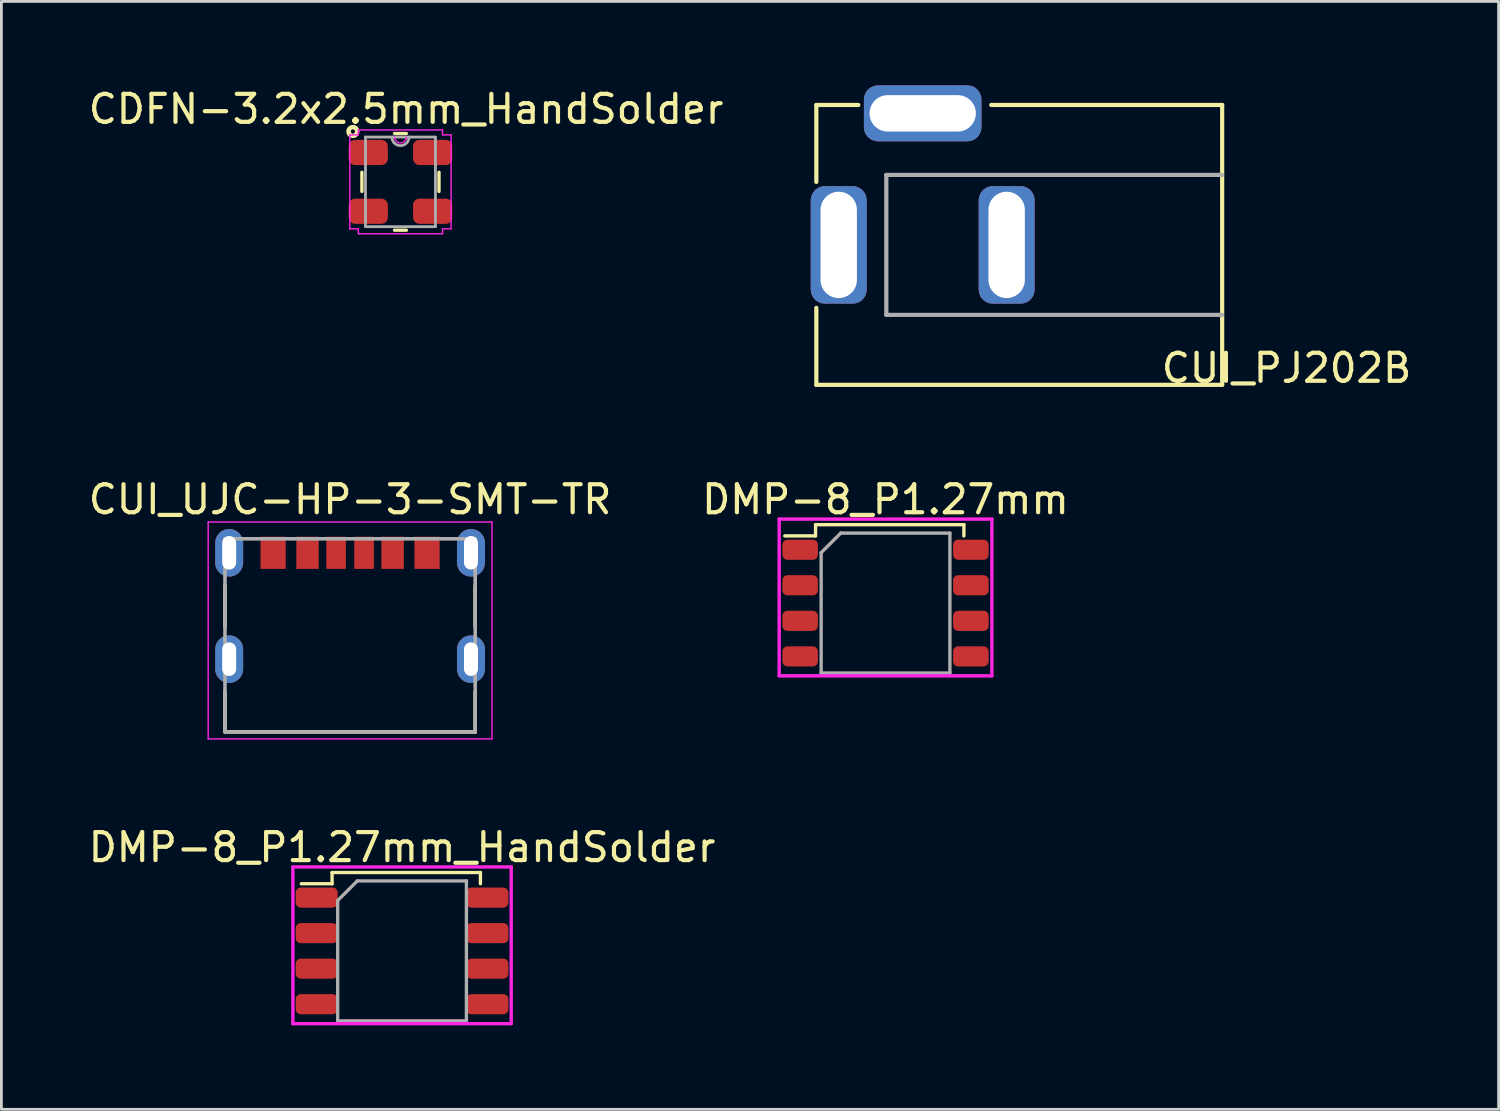
<source format=kicad_pcb>
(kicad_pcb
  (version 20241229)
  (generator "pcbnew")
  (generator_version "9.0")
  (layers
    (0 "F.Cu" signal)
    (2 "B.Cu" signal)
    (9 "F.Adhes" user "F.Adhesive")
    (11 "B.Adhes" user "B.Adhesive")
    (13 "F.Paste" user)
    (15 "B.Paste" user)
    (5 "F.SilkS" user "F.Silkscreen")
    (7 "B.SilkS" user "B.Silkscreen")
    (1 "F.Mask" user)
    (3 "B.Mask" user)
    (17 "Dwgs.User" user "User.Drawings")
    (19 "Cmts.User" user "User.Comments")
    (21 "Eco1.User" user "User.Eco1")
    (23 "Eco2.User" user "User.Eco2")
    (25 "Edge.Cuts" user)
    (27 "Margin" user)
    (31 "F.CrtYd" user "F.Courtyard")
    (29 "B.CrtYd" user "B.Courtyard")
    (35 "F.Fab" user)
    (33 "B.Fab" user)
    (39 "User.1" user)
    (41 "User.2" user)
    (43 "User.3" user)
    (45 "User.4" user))
  (footprint "DMP-8_P1.27mm_HandSolder"
    (layer "F.Cu")
    (at 11.315 30.925)
    (property "Reference" "DMP-8_P1.27mm_HandSolder" (at 0 -3.7 0) (layer "F.SilkS") (effects (font (size 1 1) (thickness 0.15))))
    (attr smd)
    (fp_line (start -3.6 -2.4) (end -2.5 -2.4) (stroke (width 0.12) (type solid)) (layer "F.SilkS"))
    (fp_line (start -2.5 -2.8) (end 2.8 -2.8) (stroke (width 0.12) (type solid)) (layer "F.SilkS"))
    (fp_line (start -2.5 -2.4) (end -2.5 -2.8) (stroke (width 0.12) (type solid)) (layer "F.SilkS"))
    (fp_line (start 2.8 -2.8) (end 2.8 -2.4) (stroke (width 0.12) (type solid)) (layer "F.SilkS"))
    (fp_line (start -3.9 -3) (end -3.9 2.6) (stroke (width 0.12) (type solid)) (layer "F.CrtYd"))
    (fp_line (start -3.9 2.6) (end 3.9 2.6) (stroke (width 0.12) (type solid)) (layer "F.CrtYd"))
    (fp_line (start 3.9 -3) (end -3.9 -3) (stroke (width 0.12) (type solid)) (layer "F.CrtYd"))
    (fp_line (start 3.9 2.6) (end 3.9 -3) (stroke (width 0.12) (type solid)) (layer "F.CrtYd"))
    (fp_line (start -2.3 -1.8) (end -2.3 2.5) (stroke (width 0.12) (type solid)) (layer "F.Fab"))
    (fp_line (start -2.3 -1.8) (end -1.6 -2.5) (stroke (width 0.12) (type solid)) (layer "F.Fab"))
    (fp_line (start -2.3 2.5) (end 2.3 2.5) (stroke (width 0.12) (type solid)) (layer "F.Fab"))
    (fp_line (start -1.6 -2.5) (end 2.3 -2.5) (stroke (width 0.12) (type solid)) (layer "F.Fab"))
    (fp_line (start 2.3 2.5) (end 2.3 -2.5) (stroke (width 0.12) (type solid)) (layer "F.Fab"))
    (pad "1" smd roundrect (at -3.05 -1.905) (size 1.5 0.72) (layers "F.Cu" "F.Mask" "F.Paste") (roundrect_rratio 0.25))
    (pad "2" smd roundrect (at -3.05 -0.635) (size 1.5 0.72) (layers "F.Cu" "F.Mask" "F.Paste") (roundrect_rratio 0.25))
    (pad "3" smd roundrect (at -3.05 0.635) (size 1.5 0.72) (layers "F.Cu" "F.Mask" "F.Paste") (roundrect_rratio 0.25))
    (pad "4" smd roundrect (at -3.05 1.905) (size 1.5 0.72) (layers "F.Cu" "F.Mask" "F.Paste") (roundrect_rratio 0.25))
    (pad "5" smd roundrect (at 3.05 1.905) (size 1.5 0.72) (layers "F.Cu" "F.Mask" "F.Paste") (roundrect_rratio 0.25))
    (pad "6" smd roundrect (at 3.05 0.635) (size 1.5 0.72) (layers "F.Cu" "F.Mask" "F.Paste") (roundrect_rratio 0.25))
    (pad "7" smd roundrect (at 3.05 -0.635) (size 1.5 0.72) (layers "F.Cu" "F.Mask" "F.Paste") (roundrect_rratio 0.25))
    (pad "8" smd roundrect (at 3.05 -1.905) (size 1.5 0.72) (layers "F.Cu" "F.Mask" "F.Paste") (roundrect_rratio 0.25)))
  (footprint "CDFN-3.2x2.5mm_HandSolder"
    (layer "F.Cu")
    (at 11.258 3.448)
    (property "Reference" "CDFN-3.2x2.5mm_HandSolder" (at 0.2 -2.6 0) (layer "F.SilkS") (effects (font (size 1 1) (thickness 0.15))))
    (attr through_hole)
    (fp_line (start -1.377 -0.343) (end -1.377 0.343) (stroke (width 0.12) (type solid)) (layer "F.SilkS"))
    (fp_line (start -0.211 1.727) (end 0.211 1.727) (stroke (width 0.12) (type solid)) (layer "F.SilkS"))
    (fp_line (start 0.211 -1.727) (end -0.211 -1.727) (stroke (width 0.12) (type solid)) (layer "F.SilkS"))
    (fp_line (start 1.377 0.343) (end 1.377 -0.343) (stroke (width 0.12) (type solid)) (layer "F.SilkS"))
    (fp_circle (center -1.7 -1.8) (end -1.624 -1.8) (stroke (width 0.16) (type solid)) (fill no) (layer "F.SilkS"))
    (fp_line (start -1.809 -1.679) (end -1.504 -1.679) (stroke (width 0.05) (type solid)) (layer "F.CrtYd"))
    (fp_line (start -1.809 1.679) (end -1.809 -1.679) (stroke (width 0.05) (type solid)) (layer "F.CrtYd"))
    (fp_line (start -1.504 -1.854) (end 1.504 -1.854) (stroke (width 0.05) (type solid)) (layer "F.CrtYd"))
    (fp_line (start -1.504 -1.679) (end -1.504 -1.854) (stroke (width 0.05) (type solid)) (layer "F.CrtYd"))
    (fp_line (start -1.504 1.679) (end -1.809 1.679) (stroke (width 0.05) (type solid)) (layer "F.CrtYd"))
    (fp_line (start -1.504 1.854) (end -1.504 1.679) (stroke (width 0.05) (type solid)) (layer "F.CrtYd"))
    (fp_line (start 1.504 -1.854) (end 1.504 -1.679) (stroke (width 0.05) (type solid)) (layer "F.CrtYd"))
    (fp_line (start 1.504 -1.679) (end 1.809 -1.679) (stroke (width 0.05) (type solid)) (layer "F.CrtYd"))
    (fp_line (start 1.504 1.679) (end 1.504 1.854) (stroke (width 0.05) (type solid)) (layer "F.CrtYd"))
    (fp_line (start 1.504 1.854) (end -1.504 1.854) (stroke (width 0.05) (type solid)) (layer "F.CrtYd"))
    (fp_line (start 1.809 -1.679) (end 1.809 1.679) (stroke (width 0.05) (type solid)) (layer "F.CrtYd"))
    (fp_line (start 1.809 1.679) (end 1.504 1.679) (stroke (width 0.05) (type solid)) (layer "F.CrtYd"))
    (fp_arc (start 0.208333 -1.600001) (mid 0 -1.391668) (end -0.208333 -1.600001) (stroke (width 0.05) (type solid)) (layer "F.CrtYd"))
    (fp_line (start -1.25 -1.6) (end -1.25 1.6) (stroke (width 0.1) (type solid)) (layer "F.Fab"))
    (fp_line (start -1.25 1.6) (end 1.25 1.6) (stroke (width 0.1) (type solid)) (layer "F.Fab"))
    (fp_line (start 1.25 -1.6) (end -1.25 -1.6) (stroke (width 0.1) (type solid)) (layer "F.Fab"))
    (fp_line (start 1.25 1.6) (end 1.25 -1.6) (stroke (width 0.1) (type solid)) (layer "F.Fab"))
    (fp_arc (start 0.3048 -1.600001) (mid 0 -1.295201) (end -0.3048 -1.600001) (stroke (width 0.1) (type solid)) (layer "F.Fab"))
    (pad "1" smd roundrect (at -1.15 -1.05) (size 1.4 0.9) (layers "F.Cu" "F.Mask" "F.Paste") (roundrect_rratio 0.25))
    (pad "2" smd roundrect (at -1.15 1.05) (size 1.4 0.9) (layers "F.Cu" "F.Mask" "F.Paste") (roundrect_rratio 0.25))
    (pad "3" smd roundrect (at 1.15 1.05) (size 1.4 0.9) (layers "F.Cu" "F.Mask" "F.Paste") (roundrect_rratio 0.25))
    (pad "4" smd roundrect (at 1.15 -1.05) (size 1.4 0.9) (layers "F.Cu" "F.Mask" "F.Paste") (roundrect_rratio 0.25)))
  (footprint "CUI_PJ202B"
    (layer "F.Cu")
    (at 40.617 5.7)
    (property "Reference" "CUI_PJ202B" (at 2.3 4.4 0) (layer "F.SilkS") (effects (font (size 1 1) (thickness 0.15))))
    (attr through_hole)
    (fp_line (start -14.5 -5) (end -13 -5) (stroke (width 0.15) (type solid)) (layer "F.SilkS"))
    (fp_line (start -14.5 -2.25) (end -14.5 -5) (stroke (width 0.15) (type solid)) (layer "F.SilkS"))
    (fp_line (start -14.5 5) (end -14.5 2.25) (stroke (width 0.15) (type solid)) (layer "F.SilkS"))
    (fp_line (start -8.25 -5) (end 0 -5) (stroke (width 0.15) (type solid)) (layer "F.SilkS"))
    (fp_line (start 0 -5) (end 0 5) (stroke (width 0.15) (type solid)) (layer "F.SilkS"))
    (fp_line (start 0 5) (end -14.5 5) (stroke (width 0.15) (type solid)) (layer "F.SilkS"))
    (fp_line (start -12 -2.5) (end -12 2.5) (stroke (width 0.15) (type solid)) (layer "F.Fab"))
    (fp_line (start -12 2.5) (end 0 2.5) (stroke (width 0.15) (type solid)) (layer "F.Fab"))
    (fp_line (start 0 -2.5) (end -12 -2.5) (stroke (width 0.15) (type solid)) (layer "F.Fab"))
    (pad "1" thru_hole roundrect (at -13.7 0) (size 2 4.2) (drill oval 1.3 3.8) (layers "*.Cu" "*.Mask") (roundrect_rratio 0.25))
    (pad "2" thru_hole roundrect (at -7.7 0) (size 2 4.2) (drill oval 1.3 3.8) (layers "*.Cu" "*.Mask") (roundrect_rratio 0.25))
    (pad "3" thru_hole roundrect (at -10.7 -4.7) (size 4.2 2) (drill oval 3.8 1.3) (layers "*.Cu" "*.Mask") (roundrect_rratio 0.25)))
  (footprint "DMP-8_P1.27mm"
    (layer "F.Cu")
    (at 28.589 18.497)
    (property "Reference" "DMP-8_P1.27mm" (at 0 -3.7 0) (layer "F.SilkS") (effects (font (size 1 1) (thickness 0.15))))
    (attr smd)
    (fp_line (start -3.6 -2.4) (end -2.5 -2.4) (stroke (width 0.12) (type solid)) (layer "F.SilkS"))
    (fp_line (start -2.5 -2.8) (end 2.8 -2.8) (stroke (width 0.12) (type solid)) (layer "F.SilkS"))
    (fp_line (start -2.5 -2.4) (end -2.5 -2.8) (stroke (width 0.12) (type solid)) (layer "F.SilkS"))
    (fp_line (start 2.8 -2.8) (end 2.8 -2.4) (stroke (width 0.12) (type solid)) (layer "F.SilkS"))
    (fp_line (start -3.8 -3) (end -3.8 2.6) (stroke (width 0.12) (type solid)) (layer "F.CrtYd"))
    (fp_line (start -3.8 2.6) (end 3.8 2.6) (stroke (width 0.12) (type solid)) (layer "F.CrtYd"))
    (fp_line (start 3.8 -3) (end -3.8 -3) (stroke (width 0.12) (type solid)) (layer "F.CrtYd"))
    (fp_line (start 3.8 2.6) (end 3.8 -3) (stroke (width 0.12) (type solid)) (layer "F.CrtYd"))
    (fp_line (start -2.3 -1.8) (end -2.3 2.5) (stroke (width 0.12) (type solid)) (layer "F.Fab"))
    (fp_line (start -2.3 -1.8) (end -1.6 -2.5) (stroke (width 0.12) (type solid)) (layer "F.Fab"))
    (fp_line (start -2.3 2.5) (end 2.3 2.5) (stroke (width 0.12) (type solid)) (layer "F.Fab"))
    (fp_line (start -1.6 -2.5) (end 2.3 -2.5) (stroke (width 0.12) (type solid)) (layer "F.Fab"))
    (fp_line (start 2.3 2.5) (end 2.3 -2.5) (stroke (width 0.12) (type solid)) (layer "F.Fab"))
    (pad "1" smd roundrect (at -3.05 -1.905) (size 1.27 0.72) (layers "F.Cu" "F.Mask" "F.Paste") (roundrect_rratio 0.25))
    (pad "2" smd roundrect (at -3.05 -0.635) (size 1.27 0.72) (layers "F.Cu" "F.Mask" "F.Paste") (roundrect_rratio 0.25))
    (pad "3" smd roundrect (at -3.05 0.635) (size 1.27 0.72) (layers "F.Cu" "F.Mask" "F.Paste") (roundrect_rratio 0.25))
    (pad "4" smd roundrect (at -3.05 1.905) (size 1.27 0.72) (layers "F.Cu" "F.Mask" "F.Paste") (roundrect_rratio 0.25))
    (pad "5" smd roundrect (at 3.05 1.905) (size 1.27 0.72) (layers "F.Cu" "F.Mask" "F.Paste") (roundrect_rratio 0.25))
    (pad "6" smd roundrect (at 3.05 0.635) (size 1.27 0.72) (layers "F.Cu" "F.Mask" "F.Paste") (roundrect_rratio 0.25))
    (pad "7" smd roundrect (at 3.05 -0.635) (size 1.27 0.72) (layers "F.Cu" "F.Mask" "F.Paste") (roundrect_rratio 0.25))
    (pad "8" smd roundrect (at 3.05 -1.905) (size 1.27 0.72) (layers "F.Cu" "F.Mask" "F.Paste") (roundrect_rratio 0.25)))
  (footprint "CUI_UJC-HP-3-SMT-TR"
    (layer "F.Cu")
    (at 9.458 16.701)
    (property "Reference" "CUI_UJC-HP-3-SMT-TR" (at 0 -1.905 0) (layer "F.SilkS") (effects (font (size 1 1) (thickness 0.15))))
    (attr through_hole)
    (fp_line (start -4.47 2.63) (end -4.47 1.17) (stroke (width 0.127) (type solid)) (layer "F.SilkS"))
    (fp_line (start -4.47 6.4) (end -4.47 4.97) (stroke (width 0.127) (type solid)) (layer "F.SilkS"))
    (fp_line (start -4.47 6.4) (end 4.47 6.4) (stroke (width 0.127) (type solid)) (layer "F.SilkS"))
    (fp_line (start 4.47 2.63) (end 4.47 1.17) (stroke (width 0.127) (type solid)) (layer "F.SilkS"))
    (fp_line (start 4.47 6.4) (end 4.47 4.97) (stroke (width 0.127) (type solid)) (layer "F.SilkS"))
    (fp_line (start -5.07 -1.1) (end -5.07 6.65) (stroke (width 0.05) (type solid)) (layer "F.CrtYd"))
    (fp_line (start -5.07 6.65) (end 5.07 6.65) (stroke (width 0.05) (type solid)) (layer "F.CrtYd"))
    (fp_line (start 5.07 -1.1) (end -5.07 -1.1) (stroke (width 0.05) (type solid)) (layer "F.CrtYd"))
    (fp_line (start 5.07 6.65) (end 5.07 -1.1) (stroke (width 0.05) (type solid)) (layer "F.CrtYd"))
    (fp_line (start -4.47 -0.5) (end -4.47 6.4) (stroke (width 0.127) (type solid)) (layer "F.Fab"))
    (fp_line (start -4.47 6.4) (end 4.47 6.4) (stroke (width 0.127) (type solid)) (layer "F.Fab"))
    (fp_line (start 4.47 -0.5) (end -4.47 -0.5) (stroke (width 0.127) (type solid)) (layer "F.Fab"))
    (fp_line (start 4.47 6.4) (end 4.47 -0.5) (stroke (width 0.127) (type solid)) (layer "F.Fab"))
    (pad "A5" smd rect (at -0.5 0) (size 0.7 1.15) (layers "F.Cu" "F.Mask" "F.Paste"))
    (pad "A9" smd rect (at 1.52 0) (size 0.8 1.15) (layers "F.Cu" "F.Mask" "F.Paste"))
    (pad "A12" smd rect (at 2.75 0) (size 0.9 1.15) (layers "F.Cu" "F.Mask" "F.Paste"))
    (pad "B5" smd rect (at 0.5 0) (size 0.7 1.15) (layers "F.Cu" "F.Mask" "F.Paste"))
    (pad "B9" smd rect (at -1.52 0) (size 0.8 1.15) (layers "F.Cu" "F.Mask" "F.Paste"))
    (pad "B12" smd rect (at -2.75 0) (size 0.9 1.15) (layers "F.Cu" "F.Mask" "F.Paste"))
    (pad "S1" thru_hole oval (at -4.32 0) (size 1 1.7) (drill oval 0.5 1.2) (layers "*.Cu" "*.Mask"))
    (pad "S1" thru_hole oval (at -4.32 3.8) (size 1 1.7) (drill oval 0.5 1.2) (layers "*.Cu" "*.Mask"))
    (pad "S1" thru_hole oval (at 4.32 0) (size 1 1.7) (drill oval 0.5 1.2) (layers "*.Cu" "*.Mask"))
    (pad "S1" thru_hole oval (at 4.32 3.8) (size 1 1.7) (drill oval 0.5 1.2) (layers "*.Cu" "*.Mask")))
  (gr_rect
    (start -3 -3)
    (end 50.494 36.585)
    (stroke (width 0.1) (type default))
    (fill no)
    (layer "Edge.Cuts")))
</source>
